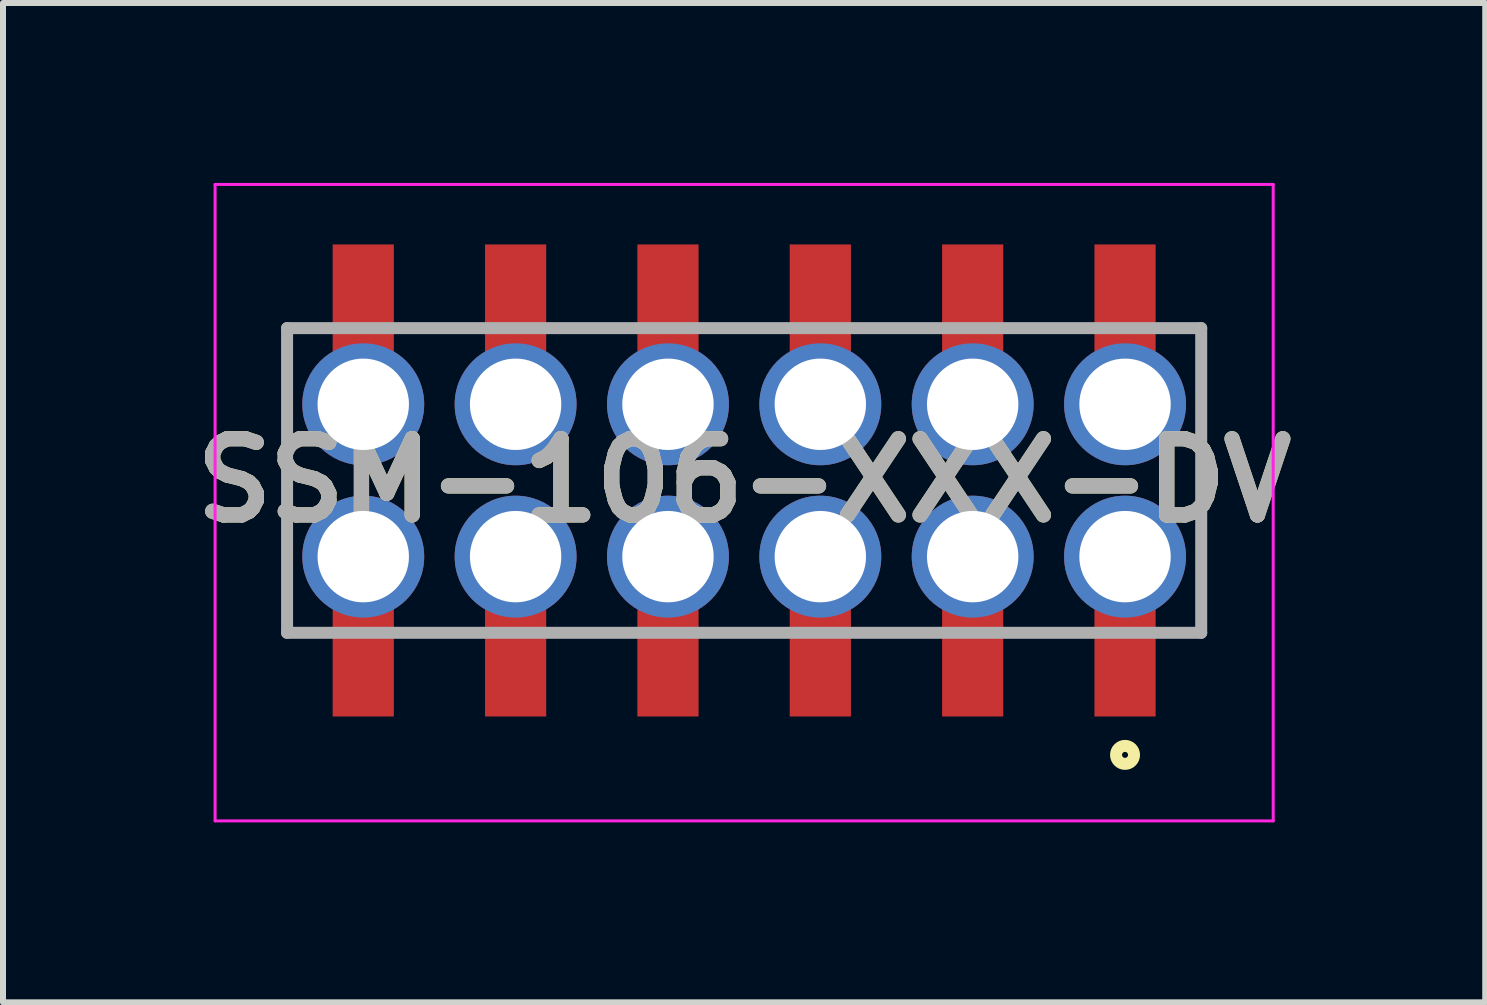
<source format=kicad_pcb>
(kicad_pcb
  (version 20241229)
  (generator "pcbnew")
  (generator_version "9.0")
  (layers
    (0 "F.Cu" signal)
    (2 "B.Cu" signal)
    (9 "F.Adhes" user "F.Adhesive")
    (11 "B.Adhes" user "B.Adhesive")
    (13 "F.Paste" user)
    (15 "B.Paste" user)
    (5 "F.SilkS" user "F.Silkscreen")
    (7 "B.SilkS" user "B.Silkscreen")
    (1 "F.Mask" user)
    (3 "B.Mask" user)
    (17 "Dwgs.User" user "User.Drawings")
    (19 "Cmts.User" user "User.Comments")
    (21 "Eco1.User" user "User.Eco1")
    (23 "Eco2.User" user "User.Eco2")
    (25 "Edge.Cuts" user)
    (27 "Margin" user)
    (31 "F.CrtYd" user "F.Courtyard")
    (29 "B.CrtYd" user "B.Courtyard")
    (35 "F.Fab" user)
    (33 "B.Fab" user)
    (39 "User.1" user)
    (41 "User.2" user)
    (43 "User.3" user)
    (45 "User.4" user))
  (footprint "SSM-106-XXX-DV"
    (layer "F.Cu")
    (at 9.356 4.96)
    (property "Reference" "SSM-106-XXX-DV" (at 0 0 0) (layer "F.SilkS") (effects (font (size 1.27 1.27) (thickness 0.254))))
    (attr smd)
    (fp_line (start -7.62 2.54) (end -7.62 -2.54) (stroke (width 0.1) (type solid)) (layer "F.SilkS"))
    (fp_line (start 7.62 -2.54) (end 7.62 2.54) (stroke (width 0.1) (type solid)) (layer "F.SilkS"))
    (fp_circle (center 6.35 4.575) (end 6.35 4.625) (stroke (width 0.2) (type solid)) (fill no) (layer "F.SilkS"))
    (fp_line (start -8.82 -4.935) (end 8.82 -4.935) (stroke (width 0.05) (type solid)) (layer "F.CrtYd"))
    (fp_line (start -8.82 5.675) (end -8.82 -4.935) (stroke (width 0.05) (type solid)) (layer "F.CrtYd"))
    (fp_line (start 8.82 -4.935) (end 8.82 5.675) (stroke (width 0.05) (type solid)) (layer "F.CrtYd"))
    (fp_line (start 8.82 5.675) (end -8.82 5.675) (stroke (width 0.05) (type solid)) (layer "F.CrtYd"))
    (fp_line (start -7.62 -2.54) (end 7.62 -2.54) (stroke (width 0.2) (type solid)) (layer "F.Fab"))
    (fp_line (start -7.62 2.54) (end -7.62 -2.54) (stroke (width 0.2) (type solid)) (layer "F.Fab"))
    (fp_line (start 7.62 -2.54) (end 7.62 2.54) (stroke (width 0.2) (type solid)) (layer "F.Fab"))
    (fp_line (start 7.62 2.54) (end -7.62 2.54) (stroke (width 0.2) (type solid)) (layer "F.Fab"))
    (fp_text user "${REFERENCE}" (at 0 0 0) (layer "F.Fab") (effects (font (size 1.27 1.27) (thickness 0.254))))
    (pad "1" thru_hole circle (at 6.35 1.27) (size 2.032 2.032) (drill 1.524) (layers "*.Cu" "*.Mask"))
    (pad "1" smd rect (at 6.35 2.825) (size 1.02 2.22) (layers "F.Cu" "F.Mask" "F.Paste"))
    (pad "2" smd rect (at 6.35 -2.825) (size 1.02 2.22) (layers "F.Cu" "F.Mask" "F.Paste"))
    (pad "2" thru_hole circle (at 6.35 -1.27) (size 2.032 2.032) (drill 1.524) (layers "*.Cu" "*.Mask"))
    (pad "3" thru_hole circle (at 3.81 1.27) (size 2.032 2.032) (drill 1.524) (layers "*.Cu" "*.Mask"))
    (pad "3" smd rect (at 3.81 2.825) (size 1.02 2.22) (layers "F.Cu" "F.Mask" "F.Paste"))
    (pad "4" smd rect (at 3.81 -2.825) (size 1.02 2.22) (layers "F.Cu" "F.Mask" "F.Paste"))
    (pad "4" thru_hole circle (at 3.81 -1.27) (size 2.032 2.032) (drill 1.524) (layers "*.Cu" "*.Mask"))
    (pad "5" thru_hole circle (at 1.27 1.27) (size 2.032 2.032) (drill 1.524) (layers "*.Cu" "*.Mask"))
    (pad "5" smd rect (at 1.27 2.825) (size 1.02 2.22) (layers "F.Cu" "F.Mask" "F.Paste"))
    (pad "6" smd rect (at 1.27 -2.825) (size 1.02 2.22) (layers "F.Cu" "F.Mask" "F.Paste"))
    (pad "6" thru_hole circle (at 1.27 -1.27) (size 2.032 2.032) (drill 1.524) (layers "*.Cu" "*.Mask"))
    (pad "7" thru_hole circle (at -1.27 1.27) (size 2.032 2.032) (drill 1.524) (layers "*.Cu" "*.Mask"))
    (pad "7" smd rect (at -1.27 2.825) (size 1.02 2.22) (layers "F.Cu" "F.Mask" "F.Paste"))
    (pad "8" smd rect (at -1.27 -2.825) (size 1.02 2.22) (layers "F.Cu" "F.Mask" "F.Paste"))
    (pad "8" thru_hole circle (at -1.27 -1.27) (size 2.032 2.032) (drill 1.524) (layers "*.Cu" "*.Mask"))
    (pad "9" thru_hole circle (at -3.81 1.27) (size 2.032 2.032) (drill 1.524) (layers "*.Cu" "*.Mask"))
    (pad "9" smd rect (at -3.81 2.825) (size 1.02 2.22) (layers "F.Cu" "F.Mask" "F.Paste"))
    (pad "10" smd rect (at -3.81 -2.825) (size 1.02 2.22) (layers "F.Cu" "F.Mask" "F.Paste"))
    (pad "10" thru_hole circle (at -3.81 -1.27) (size 2.032 2.032) (drill 1.524) (layers "*.Cu" "*.Mask"))
    (pad "11" thru_hole circle (at -6.35 1.27) (size 2.032 2.032) (drill 1.524) (layers "*.Cu" "*.Mask"))
    (pad "11" smd rect (at -6.35 2.825) (size 1.02 2.22) (layers "F.Cu" "F.Mask" "F.Paste"))
    (pad "12" smd rect (at -6.35 -2.825) (size 1.02 2.22) (layers "F.Cu" "F.Mask" "F.Paste"))
    (pad "12" thru_hole circle (at -6.35 -1.27) (size 2.032 2.032) (drill 1.524) (layers "*.Cu" "*.Mask")))
  (gr_rect
    (start -3 -3)
    (end 21.711 13.66)
    (stroke (width 0.1) (type default))
    (fill no)
    (layer "Edge.Cuts")))
</source>
